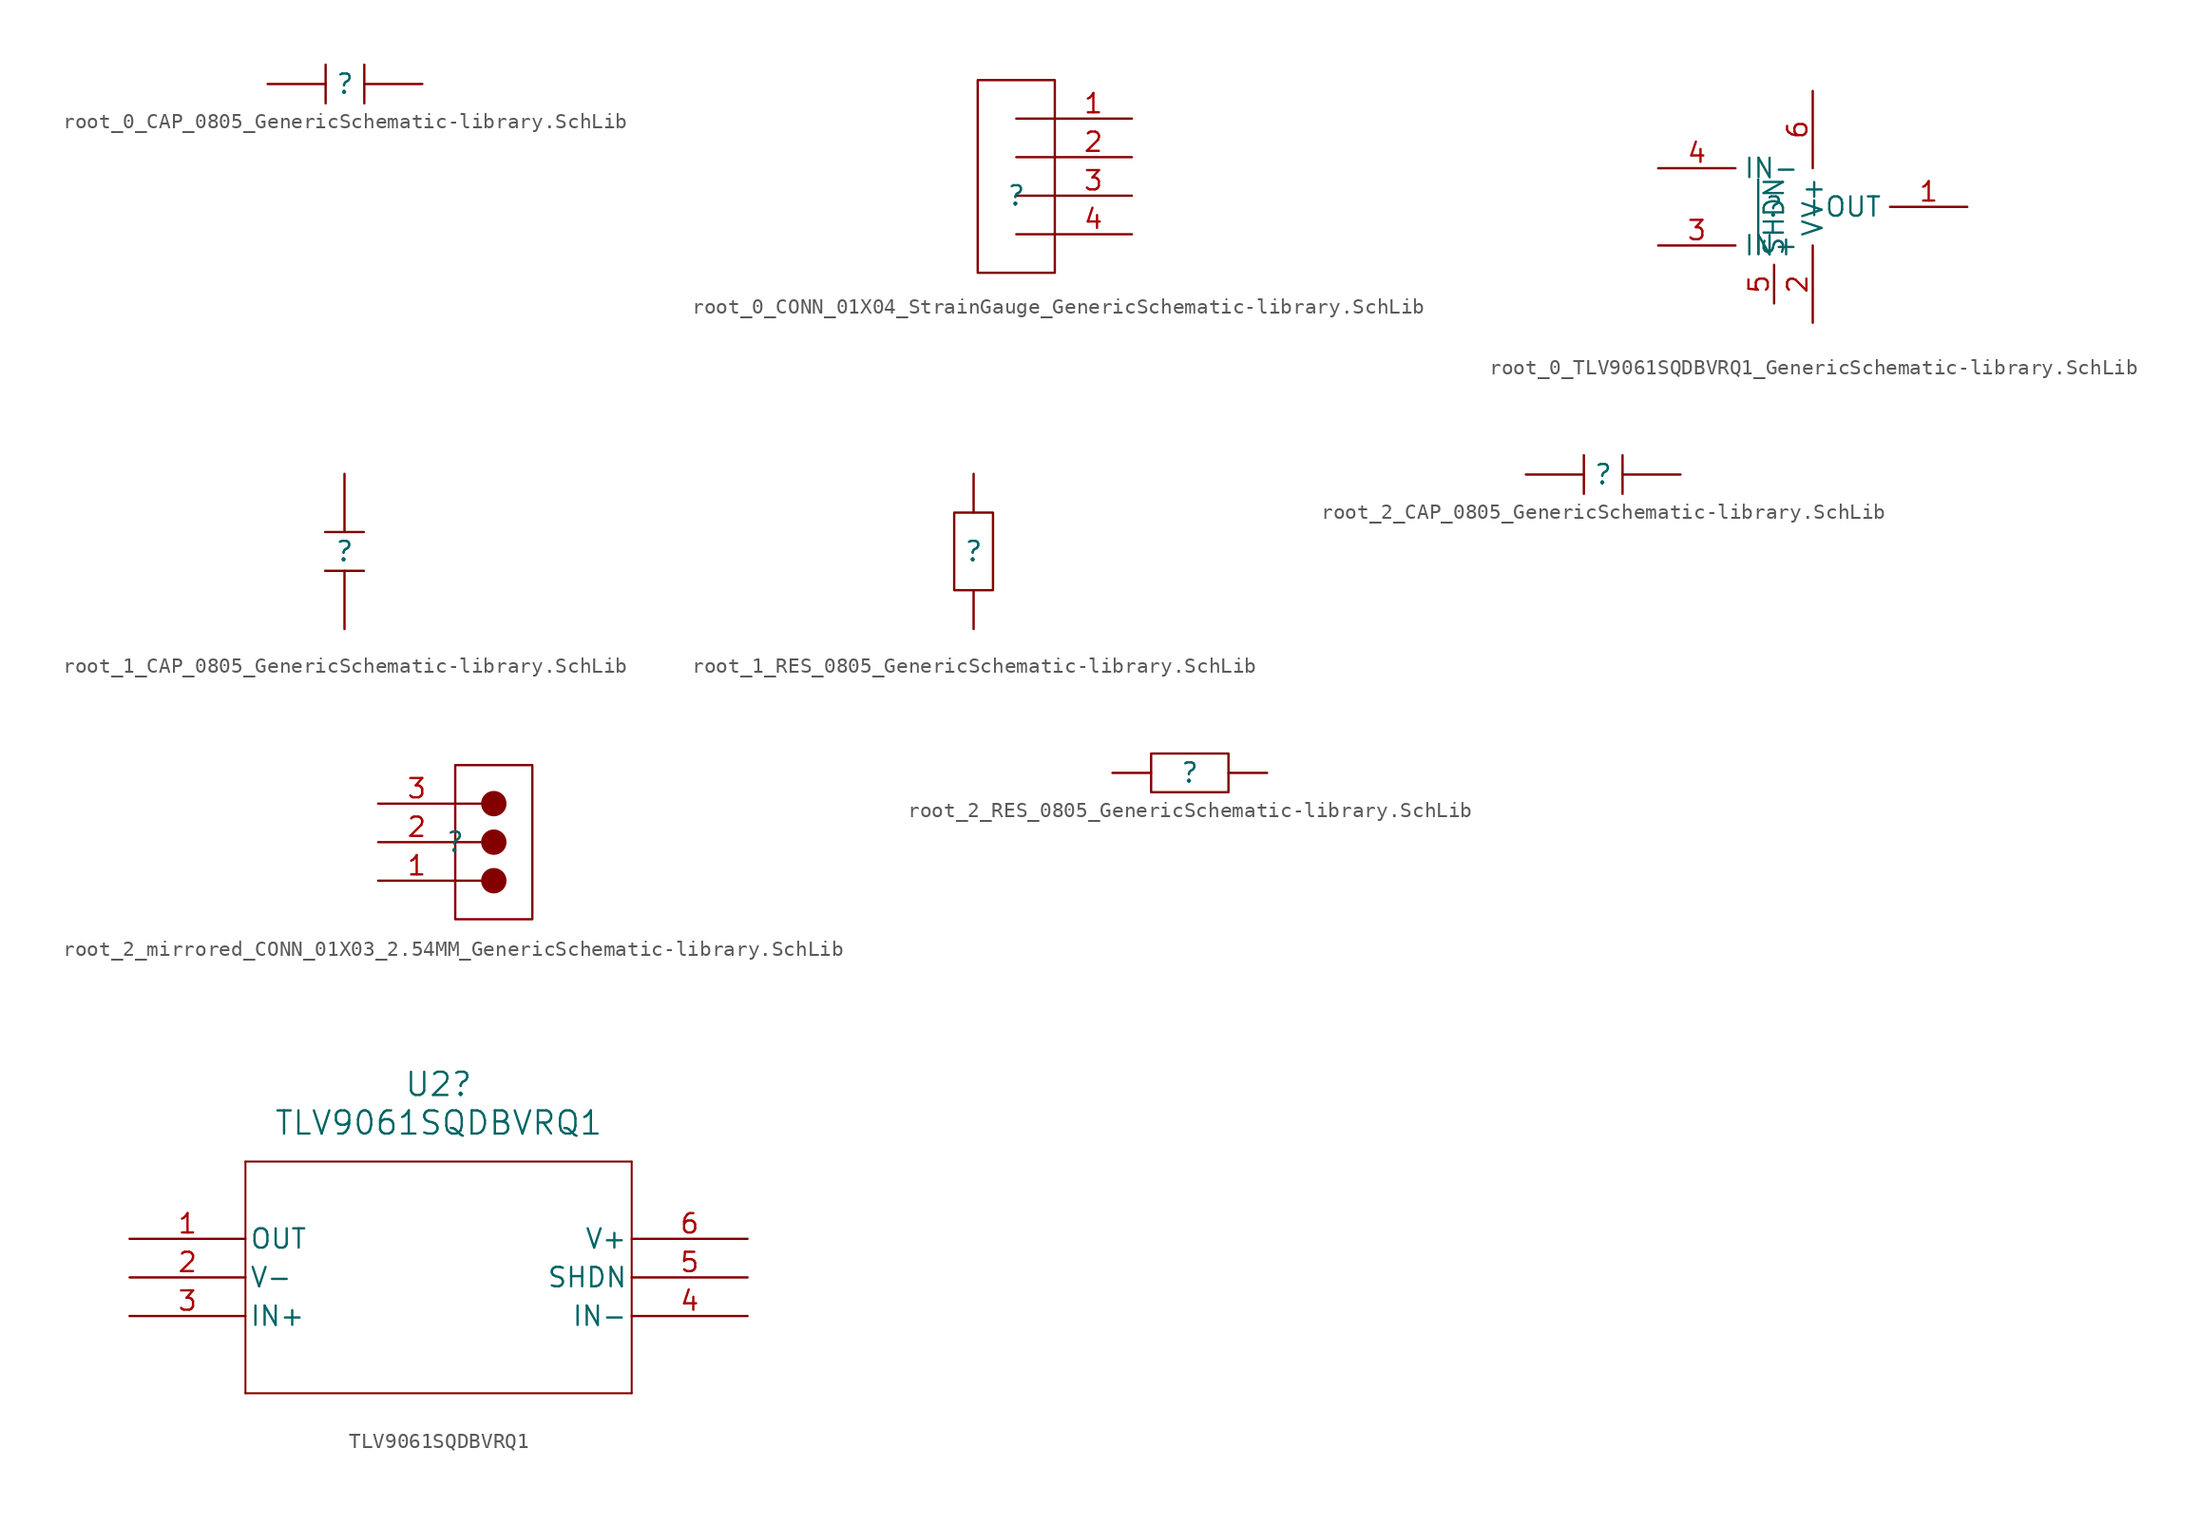
<source format=kicad_sym>
(kicad_symbol_lib
  (version 20241209)
  (generator "kicad_symbol_editor")
  (generator_version "9.0")
  (symbol "root_0_CAP_0805_GenericSchematic-library.SchLib"
    (pin_numbers
      (hide yes))
    (pin_names
      (hide yes))
    (property "Reference" ""
      (at 0 0 0)
      (effects (font (size 1.27 1.27))))
    (property "Value" ""
      (at 0 0 0)
      (effects (font (size 1.27 1.27))))
    (symbol "root_0_CAP_0805_GenericSchematic-library.SchLib_1_0"
      (polyline (pts (xy -1.27 1.27) (xy -1.27 -1.27)) (stroke (width 0) (type solid)) (fill (type none)))
      (polyline (pts (xy 1.27 1.27) (xy 1.27 -1.27)) (stroke (width 0) (type solid)) (fill (type none)))
      (pin passive line (at -5.08 0 0) (length 3.81) (name "" (effects (font (size 1.27 1.27)))) (number "1" (effects (font (size 1.27 1.27)))))
      (pin passive line (at 5.08 0 180) (length 3.81) (name "" (effects (font (size 1.27 1.27)))) (number "2" (effects (font (size 1.27 1.27)))))))
  (symbol "root_0_CONN_01X04_StrainGauge_GenericSchematic-library.SchLib"
    (pin_names
      (hide yes))
    (property "Reference" ""
      (at 0 0 0)
      (effects (font (size 1.27 1.27))))
    (property "Value" ""
      (at 0 0 0)
      (effects (font (size 1.27 1.27))))
    (symbol "root_0_CONN_01X04_StrainGauge_GenericSchematic-library.SchLib_1_0"
      (polyline (pts (xy -2.54 7.62) (xy 2.54 7.62) (xy 2.54 -5.08) (xy -2.54 -5.08) (xy -2.54 7.62)) (stroke (width 0) (type solid)) (fill (type none)))
      (polyline (pts (xy 2.54 5.08) (xy 0 5.08)) (stroke (width 0) (type solid)) (fill (type none)))
      (polyline (pts (xy 2.54 2.54) (xy 0 2.54)) (stroke (width 0) (type solid)) (fill (type none)))
      (polyline (pts (xy 2.54 0) (xy 0 0)) (stroke (width 0) (type solid)) (fill (type none)))
      (polyline (pts (xy 2.54 -2.54) (xy 0 -2.54)) (stroke (width 0) (type solid)) (fill (type none)))
      (pin input line (at 7.62 5.08 180) (length 5.08) (name "" (effects (font (size 1.27 1.27)))) (number "1" (effects (font (size 1.27 1.27)))))
      (pin power_in line (at 7.62 2.54 180) (length 5.08) (name "" (effects (font (size 1.27 1.27)))) (number "2" (effects (font (size 1.27 1.27)))))
      (pin input line (at 7.62 0 180) (length 5.08) (name "" (effects (font (size 1.27 1.27)))) (number "3" (effects (font (size 1.27 1.27)))))
      (pin power_in line (at 7.62 -2.54 180) (length 5.08) (name "" (effects (font (size 1.27 1.27)))) (number "4" (effects (font (size 1.27 1.27)))))))
  (symbol "root_0_TLV9061SQDBVRQ1_GenericSchematic-library.SchLib"
    (property "Reference" ""
      (at 0 0 0)
      (effects (font (size 1.27 1.27))))
    (property "Value" ""
      (at 0 0 0)
      (effects (font (size 1.27 1.27))))
    (symbol "root_0_TLV9061SQDBVRQ1_GenericSchematic-library.SchLib_1_0"
      (pin passive line (at -7.62 2.54 0) (length 5.08) (name "IN-" (effects (font (size 1.27 1.27)))) (number "4" (effects (font (size 1.27 1.27)))))
      (pin passive line (at -7.62 -2.54 0) (length 5.08) (name "IN+" (effects (font (size 1.27 1.27)))) (number "3" (effects (font (size 1.27 1.27)))))
      (pin passive line (at 0 -6.35 90) (length 2.54) (name "~{SHDN}" (effects (font (size 1.27 1.27)))) (number "5" (effects (font (size 1.27 1.27)))))
      (pin passive line (at 2.54 7.62 270) (length 5.08) (name "V+" (effects (font (size 1.27 1.27)))) (number "6" (effects (font (size 1.27 1.27)))))
      (pin passive line (at 2.54 -7.62 90) (length 5.08) (name "V-" (effects (font (size 1.27 1.27)))) (number "2" (effects (font (size 1.27 1.27)))))
      (pin passive line (at 12.7 0 180) (length 5.08) (name "OUT" (effects (font (size 1.27 1.27)))) (number "1" (effects (font (size 1.27 1.27)))))))
  (symbol "root_1_CAP_0805_GenericSchematic-library.SchLib"
    (pin_numbers
      (hide yes))
    (pin_names
      (hide yes))
    (property "Reference" ""
      (at 0 0 0)
      (effects (font (size 1.27 1.27))))
    (property "Value" ""
      (at 0 0 0)
      (effects (font (size 1.27 1.27))))
    (symbol "root_1_CAP_0805_GenericSchematic-library.SchLib_1_0"
      (polyline (pts (xy -1.27 1.27) (xy 1.27 1.27)) (stroke (width 0) (type solid)) (fill (type none)))
      (polyline (pts (xy -1.27 -1.27) (xy 1.27 -1.27)) (stroke (width 0) (type solid)) (fill (type none)))
      (pin passive line (at 0 5.08 270) (length 3.81) (name "" (effects (font (size 1.27 1.27)))) (number "2" (effects (font (size 1.27 1.27)))))
      (pin passive line (at 0 -5.08 90) (length 3.81) (name "" (effects (font (size 1.27 1.27)))) (number "1" (effects (font (size 1.27 1.27)))))))
  (symbol "root_1_RES_0805_GenericSchematic-library.SchLib"
    (pin_numbers
      (hide yes))
    (pin_names
      (hide yes))
    (property "Reference" ""
      (at 0 0 0)
      (effects (font (size 1.27 1.27))))
    (property "Value" ""
      (at 0 0 0)
      (effects (font (size 1.27 1.27))))
    (symbol "root_1_RES_0805_GenericSchematic-library.SchLib_1_0"
      (polyline (pts (xy 0 -2.54) (xy -1.27 -2.54) (xy -1.27 2.54) (xy 1.27 2.54) (xy 1.27 -2.54) (xy 0 -2.54)) (stroke (width 0) (type solid)) (fill (type none)))
      (pin passive line (at 0 5.08 270) (length 2.54) (name "" (effects (font (size 1.27 1.27)))) (number "2" (effects (font (size 1.27 1.27)))))
      (pin passive line (at 0 -5.08 90) (length 2.54) (name "" (effects (font (size 1.27 1.27)))) (number "1" (effects (font (size 1.27 1.27)))))))
  (symbol "root_2_CAP_0805_GenericSchematic-library.SchLib"
    (pin_numbers
      (hide yes))
    (pin_names
      (hide yes))
    (property "Reference" ""
      (at 0 0 0)
      (effects (font (size 1.27 1.27))))
    (property "Value" ""
      (at 0 0 0)
      (effects (font (size 1.27 1.27))))
    (symbol "root_2_CAP_0805_GenericSchematic-library.SchLib_1_0"
      (polyline (pts (xy -1.27 -1.27) (xy -1.27 1.27)) (stroke (width 0) (type solid)) (fill (type none)))
      (polyline (pts (xy 1.27 -1.27) (xy 1.27 1.27)) (stroke (width 0) (type solid)) (fill (type none)))
      (pin passive line (at -5.08 0 0) (length 3.81) (name "" (effects (font (size 1.27 1.27)))) (number "2" (effects (font (size 1.27 1.27)))))
      (pin passive line (at 5.08 0 180) (length 3.81) (name "" (effects (font (size 1.27 1.27)))) (number "1" (effects (font (size 1.27 1.27)))))))
  (symbol "root_2_mirrored_CONN_01X03_2.54MM_GenericSchematic-library.SchLib"
    (pin_names
      (hide yes))
    (property "Reference" ""
      (at 0 0 0)
      (effects (font (size 1.27 1.27))))
    (property "Value" ""
      (at 0 0 0)
      (effects (font (size 1.27 1.27))))
    (symbol "root_2_mirrored_CONN_01X03_2.54MM_GenericSchematic-library.SchLib_1_0"
      (polyline (pts (xy 0 2.54) (xy 1.778 2.54)) (stroke (width 0) (type solid)) (fill (type none)))
      (polyline (pts (xy 0 0) (xy 1.778 0)) (stroke (width 0) (type solid)) (fill (type none)))
      (polyline (pts (xy 0 -2.54) (xy 1.778 -2.54)) (stroke (width 0) (type solid)) (fill (type none)))
      (circle (center 2.54 2.54) (radius 0.762) (stroke (width 0) (type solid)) (fill (type outline)))
      (circle (center 2.54 0) (radius 0.762) (stroke (width 0) (type solid)) (fill (type outline)))
      (circle (center 2.54 -2.54) (radius 0.762) (stroke (width 0) (type solid)) (fill (type outline)))
      (polyline (pts (xy 5.08 -5.08) (xy 0 -5.08) (xy 0 5.08) (xy 5.08 5.08) (xy 5.08 -5.08)) (stroke (width 0) (type solid)) (fill (type none)))
      (pin passive line (at -5.08 2.54 0) (length 5.08) (name "3" (effects (font (size 1.27 1.27)))) (number "3" (effects (font (size 1.27 1.27)))))
      (pin passive line (at -5.08 0 0) (length 5.08) (name "2" (effects (font (size 1.27 1.27)))) (number "2" (effects (font (size 1.27 1.27)))))
      (pin passive line (at -5.08 -2.54 0) (length 5.08) (name "1" (effects (font (size 1.27 1.27)))) (number "1" (effects (font (size 1.27 1.27)))))))
  (symbol "root_2_RES_0805_GenericSchematic-library.SchLib"
    (pin_numbers
      (hide yes))
    (pin_names
      (hide yes))
    (property "Reference" ""
      (at 0 0 0)
      (effects (font (size 1.27 1.27))))
    (property "Value" ""
      (at 0 0 0)
      (effects (font (size 1.27 1.27))))
    (symbol "root_2_RES_0805_GenericSchematic-library.SchLib_1_0"
      (polyline (pts (xy 2.54 0) (xy 2.54 -1.27) (xy -2.54 -1.27) (xy -2.54 1.27) (xy 2.54 1.27) (xy 2.54 0)) (stroke (width 0) (type solid)) (fill (type none)))
      (pin passive line (at -5.08 0 0) (length 2.54) (name "" (effects (font (size 1.27 1.27)))) (number "2" (effects (font (size 1.27 1.27)))))
      (pin passive line (at 5.08 0 180) (length 2.54) (name "" (effects (font (size 1.27 1.27)))) (number "1" (effects (font (size 1.27 1.27)))))))
  (symbol "TLV9061SQDBVRQ1"
    (pin_names
      (offset 0.254))
    (property "Reference" "U2"
      (at 20.32 10.16 0)
      (effects (font (size 1.524 1.524))))
    (property "Value" "TLV9061SQDBVRQ1"
      (at 20.32 7.62 0)
      (effects (font (size 1.524 1.524))))
    (property "ki_locked" ""
      (at 0 0 0)
      (effects (font (size 1.27 1.27))))
    (symbol "TLV9061SQDBVRQ1_0_1"
      (polyline (pts (xy 7.62 5.08) (xy 7.62 -10.16)) (stroke (width 0.127) (type default)) (fill (type none)))
      (polyline (pts (xy 7.62 -10.16) (xy 33.02 -10.16)) (stroke (width 0.127) (type default)) (fill (type none)))
      (polyline (pts (xy 33.02 5.08) (xy 7.62 5.08)) (stroke (width 0.127) (type default)) (fill (type none)))
      (polyline (pts (xy 33.02 -10.16) (xy 33.02 5.08)) (stroke (width 0.127) (type default)) (fill (type none)))
      (pin output line (at 0 0 0) (length 7.62) (name "OUT" (effects (font (size 1.27 1.27)))) (number "1" (effects (font (size 1.27 1.27)))))
      (pin power_in line (at 0 -2.54 0) (length 7.62) (name "V-" (effects (font (size 1.27 1.27)))) (number "2" (effects (font (size 1.27 1.27)))))
      (pin input line (at 0 -5.08 0) (length 7.62) (name "IN+" (effects (font (size 1.27 1.27)))) (number "3" (effects (font (size 1.27 1.27)))))
      (pin power_in line (at 40.64 0 180) (length 7.62) (name "V+" (effects (font (size 1.27 1.27)))) (number "6" (effects (font (size 1.27 1.27)))))
      (pin unspecified line (at 40.64 -2.54 180) (length 7.62) (name "SHDN" (effects (font (size 1.27 1.27)))) (number "5" (effects (font (size 1.27 1.27)))))
      (pin input line (at 40.64 -5.08 180) (length 7.62) (name "IN-" (effects (font (size 1.27 1.27)))) (number "4" (effects (font (size 1.27 1.27))))))))
</source>
